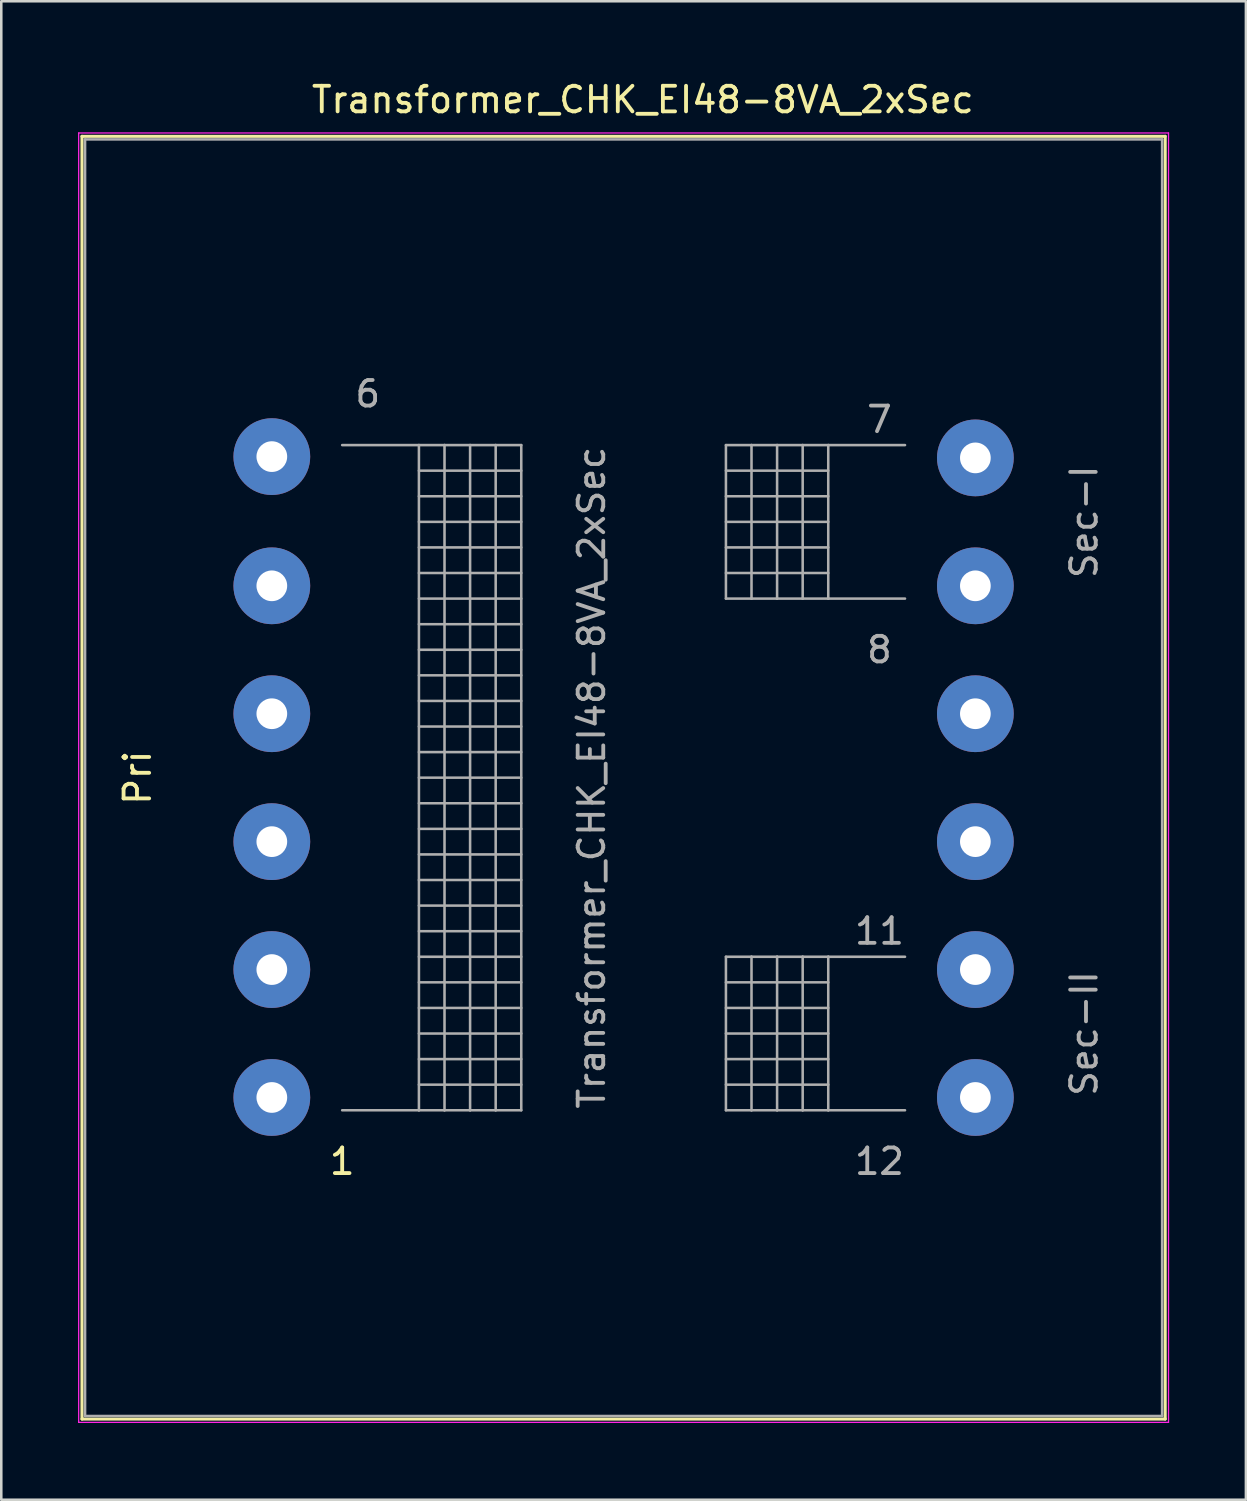
<source format=kicad_pcb>
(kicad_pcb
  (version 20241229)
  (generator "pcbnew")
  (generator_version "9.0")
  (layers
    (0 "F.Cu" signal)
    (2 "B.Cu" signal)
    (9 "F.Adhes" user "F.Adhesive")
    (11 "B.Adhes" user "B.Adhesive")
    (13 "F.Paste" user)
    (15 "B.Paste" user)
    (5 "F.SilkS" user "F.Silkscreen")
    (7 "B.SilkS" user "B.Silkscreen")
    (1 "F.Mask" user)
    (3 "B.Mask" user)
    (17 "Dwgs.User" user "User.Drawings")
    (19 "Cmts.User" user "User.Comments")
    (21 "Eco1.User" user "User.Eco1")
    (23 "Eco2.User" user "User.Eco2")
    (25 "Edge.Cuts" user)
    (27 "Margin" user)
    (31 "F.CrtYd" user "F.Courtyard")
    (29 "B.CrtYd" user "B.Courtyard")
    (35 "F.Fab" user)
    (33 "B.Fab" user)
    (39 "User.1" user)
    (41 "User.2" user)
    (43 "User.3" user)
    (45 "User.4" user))
  (footprint "Transformer_CHK_EI48-8VA_2xSec"
    (layer "F.Cu")
    (at 7.575 39.848)
    (property "Reference" "Transformer_CHK_EI48-8VA_2xSec" (at 14.5 -39 0) (layer "F.SilkS") (effects (font (size 1 1) (thickness 0.15))))
    (attr through_hole)
    (fp_line (start -7.42 -37.57) (end -7.42 12.57) (stroke (width 0.12) (type solid)) (layer "F.SilkS"))
    (fp_line (start -7.42 -37.57) (end 34.92 -37.57) (stroke (width 0.12) (type solid)) (layer "F.SilkS"))
    (fp_line (start 34.92 12.57) (end -7.42 12.57) (stroke (width 0.12) (type solid)) (layer "F.SilkS"))
    (fp_line (start 34.92 12.57) (end 34.92 -37.57) (stroke (width 0.12) (type solid)) (layer "F.SilkS"))
    (fp_line (start -7.55 -37.7) (end -7.55 12.7) (stroke (width 0.05) (type solid)) (layer "F.CrtYd"))
    (fp_line (start -7.55 -37.7) (end 35.05 -37.7) (stroke (width 0.05) (type solid)) (layer "F.CrtYd"))
    (fp_line (start 35.05 12.7) (end -7.55 12.7) (stroke (width 0.05) (type solid)) (layer "F.CrtYd"))
    (fp_line (start 35.05 12.7) (end 35.05 -37.7) (stroke (width 0.05) (type solid)) (layer "F.CrtYd"))
    (fp_line (start -7.3 -37.45) (end 34.8 -37.45) (stroke (width 0.1) (type solid)) (layer "F.Fab"))
    (fp_line (start -7.3 12.45) (end -7.3 -37.45) (stroke (width 0.1) (type solid)) (layer "F.Fab"))
    (fp_line (start 2.75 -25.5) (end 5.75 -25.5) (stroke (width 0.1) (type solid)) (layer "F.Fab"))
    (fp_line (start 5.75 -25.5) (end 5.75 0.5) (stroke (width 0.1) (type solid)) (layer "F.Fab"))
    (fp_line (start 5.75 -25.5) (end 6.75 -25.5) (stroke (width 0.1) (type solid)) (layer "F.Fab"))
    (fp_line (start 5.75 -24.5) (end 9.75 -24.5) (stroke (width 0.1) (type solid)) (layer "F.Fab"))
    (fp_line (start 5.75 -23.5) (end 9.75 -23.5) (stroke (width 0.1) (type solid)) (layer "F.Fab"))
    (fp_line (start 5.75 -22.5) (end 9.75 -22.5) (stroke (width 0.1) (type solid)) (layer "F.Fab"))
    (fp_line (start 5.75 -21.5) (end 9.75 -21.5) (stroke (width 0.1) (type solid)) (layer "F.Fab"))
    (fp_line (start 5.75 -20.5) (end 9.75 -20.5) (stroke (width 0.1) (type solid)) (layer "F.Fab"))
    (fp_line (start 5.75 -19.5) (end 9.75 -19.5) (stroke (width 0.1) (type solid)) (layer "F.Fab"))
    (fp_line (start 5.75 -18.5) (end 9.75 -18.5) (stroke (width 0.1) (type solid)) (layer "F.Fab"))
    (fp_line (start 5.75 -17.5) (end 9.75 -17.5) (stroke (width 0.1) (type solid)) (layer "F.Fab"))
    (fp_line (start 5.75 -16.5) (end 9.75 -16.5) (stroke (width 0.1) (type solid)) (layer "F.Fab"))
    (fp_line (start 5.75 -15.5) (end 9.75 -15.5) (stroke (width 0.1) (type solid)) (layer "F.Fab"))
    (fp_line (start 5.75 -13.5) (end 9.75 -13.5) (stroke (width 0.1) (type solid)) (layer "F.Fab"))
    (fp_line (start 5.75 -12.5) (end 9.75 -12.5) (stroke (width 0.1) (type solid)) (layer "F.Fab"))
    (fp_line (start 5.75 -10.5) (end 9.75 -10.5) (stroke (width 0.1) (type solid)) (layer "F.Fab"))
    (fp_line (start 5.75 -8.5) (end 9.75 -8.5) (stroke (width 0.1) (type solid)) (layer "F.Fab"))
    (fp_line (start 5.75 -6.5) (end 9.75 -6.5) (stroke (width 0.1) (type solid)) (layer "F.Fab"))
    (fp_line (start 5.75 -4.5) (end 9.75 -4.5) (stroke (width 0.1) (type solid)) (layer "F.Fab"))
    (fp_line (start 5.75 -2.5) (end 9.75 -2.5) (stroke (width 0.1) (type solid)) (layer "F.Fab"))
    (fp_line (start 5.75 -0.5) (end 9.75 -0.5) (stroke (width 0.1) (type solid)) (layer "F.Fab"))
    (fp_line (start 5.75 0.5) (end 2.75 0.5) (stroke (width 0.1) (type solid)) (layer "F.Fab"))
    (fp_line (start 6.75 -25.5) (end 6.75 0.5) (stroke (width 0.1) (type solid)) (layer "F.Fab"))
    (fp_line (start 6.75 -25.5) (end 7.75 -25.5) (stroke (width 0.1) (type solid)) (layer "F.Fab"))
    (fp_line (start 6.75 0.5) (end 5.75 0.5) (stroke (width 0.1) (type solid)) (layer "F.Fab"))
    (fp_line (start 7.75 -25.5) (end 7.75 0.5) (stroke (width 0.1) (type solid)) (layer "F.Fab"))
    (fp_line (start 7.75 -25.5) (end 8.75 -25.5) (stroke (width 0.1) (type solid)) (layer "F.Fab"))
    (fp_line (start 7.75 0.5) (end 6.75 0.5) (stroke (width 0.1) (type solid)) (layer "F.Fab"))
    (fp_line (start 8.75 -25.5) (end 8.75 0.5) (stroke (width 0.1) (type solid)) (layer "F.Fab"))
    (fp_line (start 8.75 -25.5) (end 9.75 -25.5) (stroke (width 0.1) (type solid)) (layer "F.Fab"))
    (fp_line (start 8.75 0.5) (end 7.75 0.5) (stroke (width 0.1) (type solid)) (layer "F.Fab"))
    (fp_line (start 9.75 -25.5) (end 9.75 0.5) (stroke (width 0.1) (type solid)) (layer "F.Fab"))
    (fp_line (start 9.75 -14.5) (end 5.75 -14.5) (stroke (width 0.1) (type solid)) (layer "F.Fab"))
    (fp_line (start 9.75 -11.5) (end 5.75 -11.5) (stroke (width 0.1) (type solid)) (layer "F.Fab"))
    (fp_line (start 9.75 -9.5) (end 5.75 -9.5) (stroke (width 0.1) (type solid)) (layer "F.Fab"))
    (fp_line (start 9.75 -7.5) (end 5.75 -7.5) (stroke (width 0.1) (type solid)) (layer "F.Fab"))
    (fp_line (start 9.75 -5.5) (end 5.75 -5.5) (stroke (width 0.1) (type solid)) (layer "F.Fab"))
    (fp_line (start 9.75 -3.5) (end 5.75 -3.5) (stroke (width 0.1) (type solid)) (layer "F.Fab"))
    (fp_line (start 9.75 -1.5) (end 5.75 -1.5) (stroke (width 0.1) (type solid)) (layer "F.Fab"))
    (fp_line (start 9.75 0.5) (end 8.75 0.5) (stroke (width 0.1) (type solid)) (layer "F.Fab"))
    (fp_line (start 17.75 -25.5) (end 17.75 -19.5) (stroke (width 0.1) (type solid)) (layer "F.Fab"))
    (fp_line (start 17.75 -24.5) (end 21.75 -24.5) (stroke (width 0.1) (type solid)) (layer "F.Fab"))
    (fp_line (start 17.75 -23.5) (end 21.75 -23.5) (stroke (width 0.1) (type solid)) (layer "F.Fab"))
    (fp_line (start 17.75 -22.5) (end 21.75 -22.5) (stroke (width 0.1) (type solid)) (layer "F.Fab"))
    (fp_line (start 17.75 -21.5) (end 21.75 -21.5) (stroke (width 0.1) (type solid)) (layer "F.Fab"))
    (fp_line (start 17.75 -20.5) (end 21.75 -20.5) (stroke (width 0.1) (type solid)) (layer "F.Fab"))
    (fp_line (start 17.75 -19.5) (end 18.75 -19.5) (stroke (width 0.1) (type solid)) (layer "F.Fab"))
    (fp_line (start 17.75 -5.5) (end 17.75 0.5) (stroke (width 0.1) (type solid)) (layer "F.Fab"))
    (fp_line (start 17.75 -4.5) (end 21.75 -4.5) (stroke (width 0.1) (type solid)) (layer "F.Fab"))
    (fp_line (start 17.75 -3.5) (end 21.75 -3.5) (stroke (width 0.1) (type solid)) (layer "F.Fab"))
    (fp_line (start 17.75 -2.5) (end 21.75 -2.5) (stroke (width 0.1) (type solid)) (layer "F.Fab"))
    (fp_line (start 17.75 -1.5) (end 21.75 -1.5) (stroke (width 0.1) (type solid)) (layer "F.Fab"))
    (fp_line (start 17.75 -0.5) (end 21.75 -0.5) (stroke (width 0.1) (type solid)) (layer "F.Fab"))
    (fp_line (start 17.75 0.5) (end 18.75 0.5) (stroke (width 0.1) (type solid)) (layer "F.Fab"))
    (fp_line (start 18.75 -25.5) (end 17.75 -25.5) (stroke (width 0.1) (type solid)) (layer "F.Fab"))
    (fp_line (start 18.75 -25.5) (end 18.75 -19.5) (stroke (width 0.1) (type solid)) (layer "F.Fab"))
    (fp_line (start 18.75 -19.5) (end 19.75 -19.5) (stroke (width 0.1) (type solid)) (layer "F.Fab"))
    (fp_line (start 18.75 -5.5) (end 17.75 -5.5) (stroke (width 0.1) (type solid)) (layer "F.Fab"))
    (fp_line (start 18.75 -5.5) (end 18.75 0.5) (stroke (width 0.1) (type solid)) (layer "F.Fab"))
    (fp_line (start 18.75 0.5) (end 19.75 0.5) (stroke (width 0.1) (type solid)) (layer "F.Fab"))
    (fp_line (start 19.75 -25.5) (end 18.75 -25.5) (stroke (width 0.1) (type solid)) (layer "F.Fab"))
    (fp_line (start 19.75 -25.5) (end 19.75 -19.5) (stroke (width 0.1) (type solid)) (layer "F.Fab"))
    (fp_line (start 19.75 -19.5) (end 20.75 -19.5) (stroke (width 0.1) (type solid)) (layer "F.Fab"))
    (fp_line (start 19.75 -5.5) (end 18.75 -5.5) (stroke (width 0.1) (type solid)) (layer "F.Fab"))
    (fp_line (start 19.75 -5.5) (end 19.75 0.5) (stroke (width 0.1) (type solid)) (layer "F.Fab"))
    (fp_line (start 19.75 0.5) (end 20.75 0.5) (stroke (width 0.1) (type solid)) (layer "F.Fab"))
    (fp_line (start 20.75 -25.5) (end 19.75 -25.5) (stroke (width 0.1) (type solid)) (layer "F.Fab"))
    (fp_line (start 20.75 -25.5) (end 20.75 -19.5) (stroke (width 0.1) (type solid)) (layer "F.Fab"))
    (fp_line (start 20.75 -19.5) (end 21.75 -19.5) (stroke (width 0.1) (type solid)) (layer "F.Fab"))
    (fp_line (start 20.75 -5.5) (end 19.75 -5.5) (stroke (width 0.1) (type solid)) (layer "F.Fab"))
    (fp_line (start 20.75 -5.5) (end 20.75 0.5) (stroke (width 0.1) (type solid)) (layer "F.Fab"))
    (fp_line (start 20.75 0.5) (end 21.75 0.5) (stroke (width 0.1) (type solid)) (layer "F.Fab"))
    (fp_line (start 21.75 -25.5) (end 20.75 -25.5) (stroke (width 0.1) (type solid)) (layer "F.Fab"))
    (fp_line (start 21.75 -25.5) (end 21.75 -19.5) (stroke (width 0.1) (type solid)) (layer "F.Fab"))
    (fp_line (start 21.75 -19.5) (end 24.75 -19.5) (stroke (width 0.1) (type solid)) (layer "F.Fab"))
    (fp_line (start 21.75 -5.5) (end 20.75 -5.5) (stroke (width 0.1) (type solid)) (layer "F.Fab"))
    (fp_line (start 21.75 -5.5) (end 21.75 0.5) (stroke (width 0.1) (type solid)) (layer "F.Fab"))
    (fp_line (start 21.75 0.5) (end 24.75 0.5) (stroke (width 0.1) (type solid)) (layer "F.Fab"))
    (fp_line (start 24.75 -25.5) (end 21.75 -25.5) (stroke (width 0.1) (type solid)) (layer "F.Fab"))
    (fp_line (start 24.75 -5.5) (end 21.75 -5.5) (stroke (width 0.1) (type solid)) (layer "F.Fab"))
    (fp_line (start 34.8 -37.45) (end 34.8 12.45) (stroke (width 0.1) (type solid)) (layer "F.Fab"))
    (fp_line (start 34.8 12.45) (end -7.3 12.45) (stroke (width 0.1) (type solid)) (layer "F.Fab"))
    (fp_text user "Pri" (at -5.25 -12.5 90) (layer "F.SilkS") (effects (font (size 1 1) (thickness 0.15))))
    (fp_text user "1" (at 2.75 2.5 0) (layer "F.SilkS") (effects (font (size 1 1) (thickness 0.15))))
    (fp_text user "12" (at 23.75 2.5 0) (layer "F.Fab") (effects (font (size 1 1) (thickness 0.15))))
    (fp_text user "8" (at 23.75 -17.5 0) (layer "F.Fab") (effects (font (size 1 1) (thickness 0.15))))
    (fp_text user "Sec-II" (at 31.75 -2.5 90) (layer "F.Fab") (effects (font (size 1 1) (thickness 0.15))))
    (fp_text user "7" (at 23.75 -26.5 0) (layer "F.Fab") (effects (font (size 1 1) (thickness 0.15))))
    (fp_text user "11" (at 23.75 -6.5 0) (layer "F.Fab") (effects (font (size 1 1) (thickness 0.15))))
    (fp_text user "6" (at 3.75 -27.5 0) (layer "F.Fab") (effects (font (size 1 1) (thickness 0.15))))
    (fp_text user "Sec-I" (at 31.75 -22.5 90) (layer "F.Fab") (effects (font (size 1 1) (thickness 0.15))))
    (fp_text user "${REFERENCE}" (at 12.5 -12.5 90) (layer "F.Fab") (effects (font (size 1 1) (thickness 0.15))))
    (pad "1" thru_hole circle (at 0 0) (size 3 3) (drill 1.2) (layers "*.Cu" "*.Mask"))
    (pad "2" thru_hole circle (at 0 -5) (size 3 3) (drill 1.2) (layers "*.Cu" "*.Mask"))
    (pad "3" thru_hole circle (at 0 -10) (size 3 3) (drill 1.2) (layers "*.Cu" "*.Mask"))
    (pad "4" thru_hole circle (at 0 -15) (size 3 3) (drill 1.2) (layers "*.Cu" "*.Mask"))
    (pad "5" thru_hole circle (at 0 -20) (size 3 3) (drill 1.2) (layers "*.Cu" "*.Mask"))
    (pad "6" thru_hole circle (at 0 -25.05) (size 3 3) (drill 1.2) (layers "*.Cu" "*.Mask"))
    (pad "7" thru_hole circle (at 27.5 -25) (size 3 3) (drill 1.2) (layers "*.Cu" "*.Mask"))
    (pad "8" thru_hole circle (at 27.5 -20) (size 3 3) (drill 1.2) (layers "*.Cu" "*.Mask"))
    (pad "9" thru_hole circle (at 27.5 -15) (size 3 3) (drill 1.2) (layers "*.Cu" "*.Mask"))
    (pad "10" thru_hole circle (at 27.5 -10) (size 3 3) (drill 1.2) (layers "*.Cu" "*.Mask"))
    (pad "11" thru_hole circle (at 27.5 -5) (size 3 3) (drill 1.2) (layers "*.Cu" "*.Mask"))
    (pad "12" thru_hole circle (at 27.5 0) (size 3 3) (drill 1.2) (layers "*.Cu" "*.Mask")))
  (gr_rect
    (start -3 -3)
    (end 45.65 55.573)
    (stroke (width 0.1) (type default))
    (fill no)
    (layer "Edge.Cuts")))
</source>
